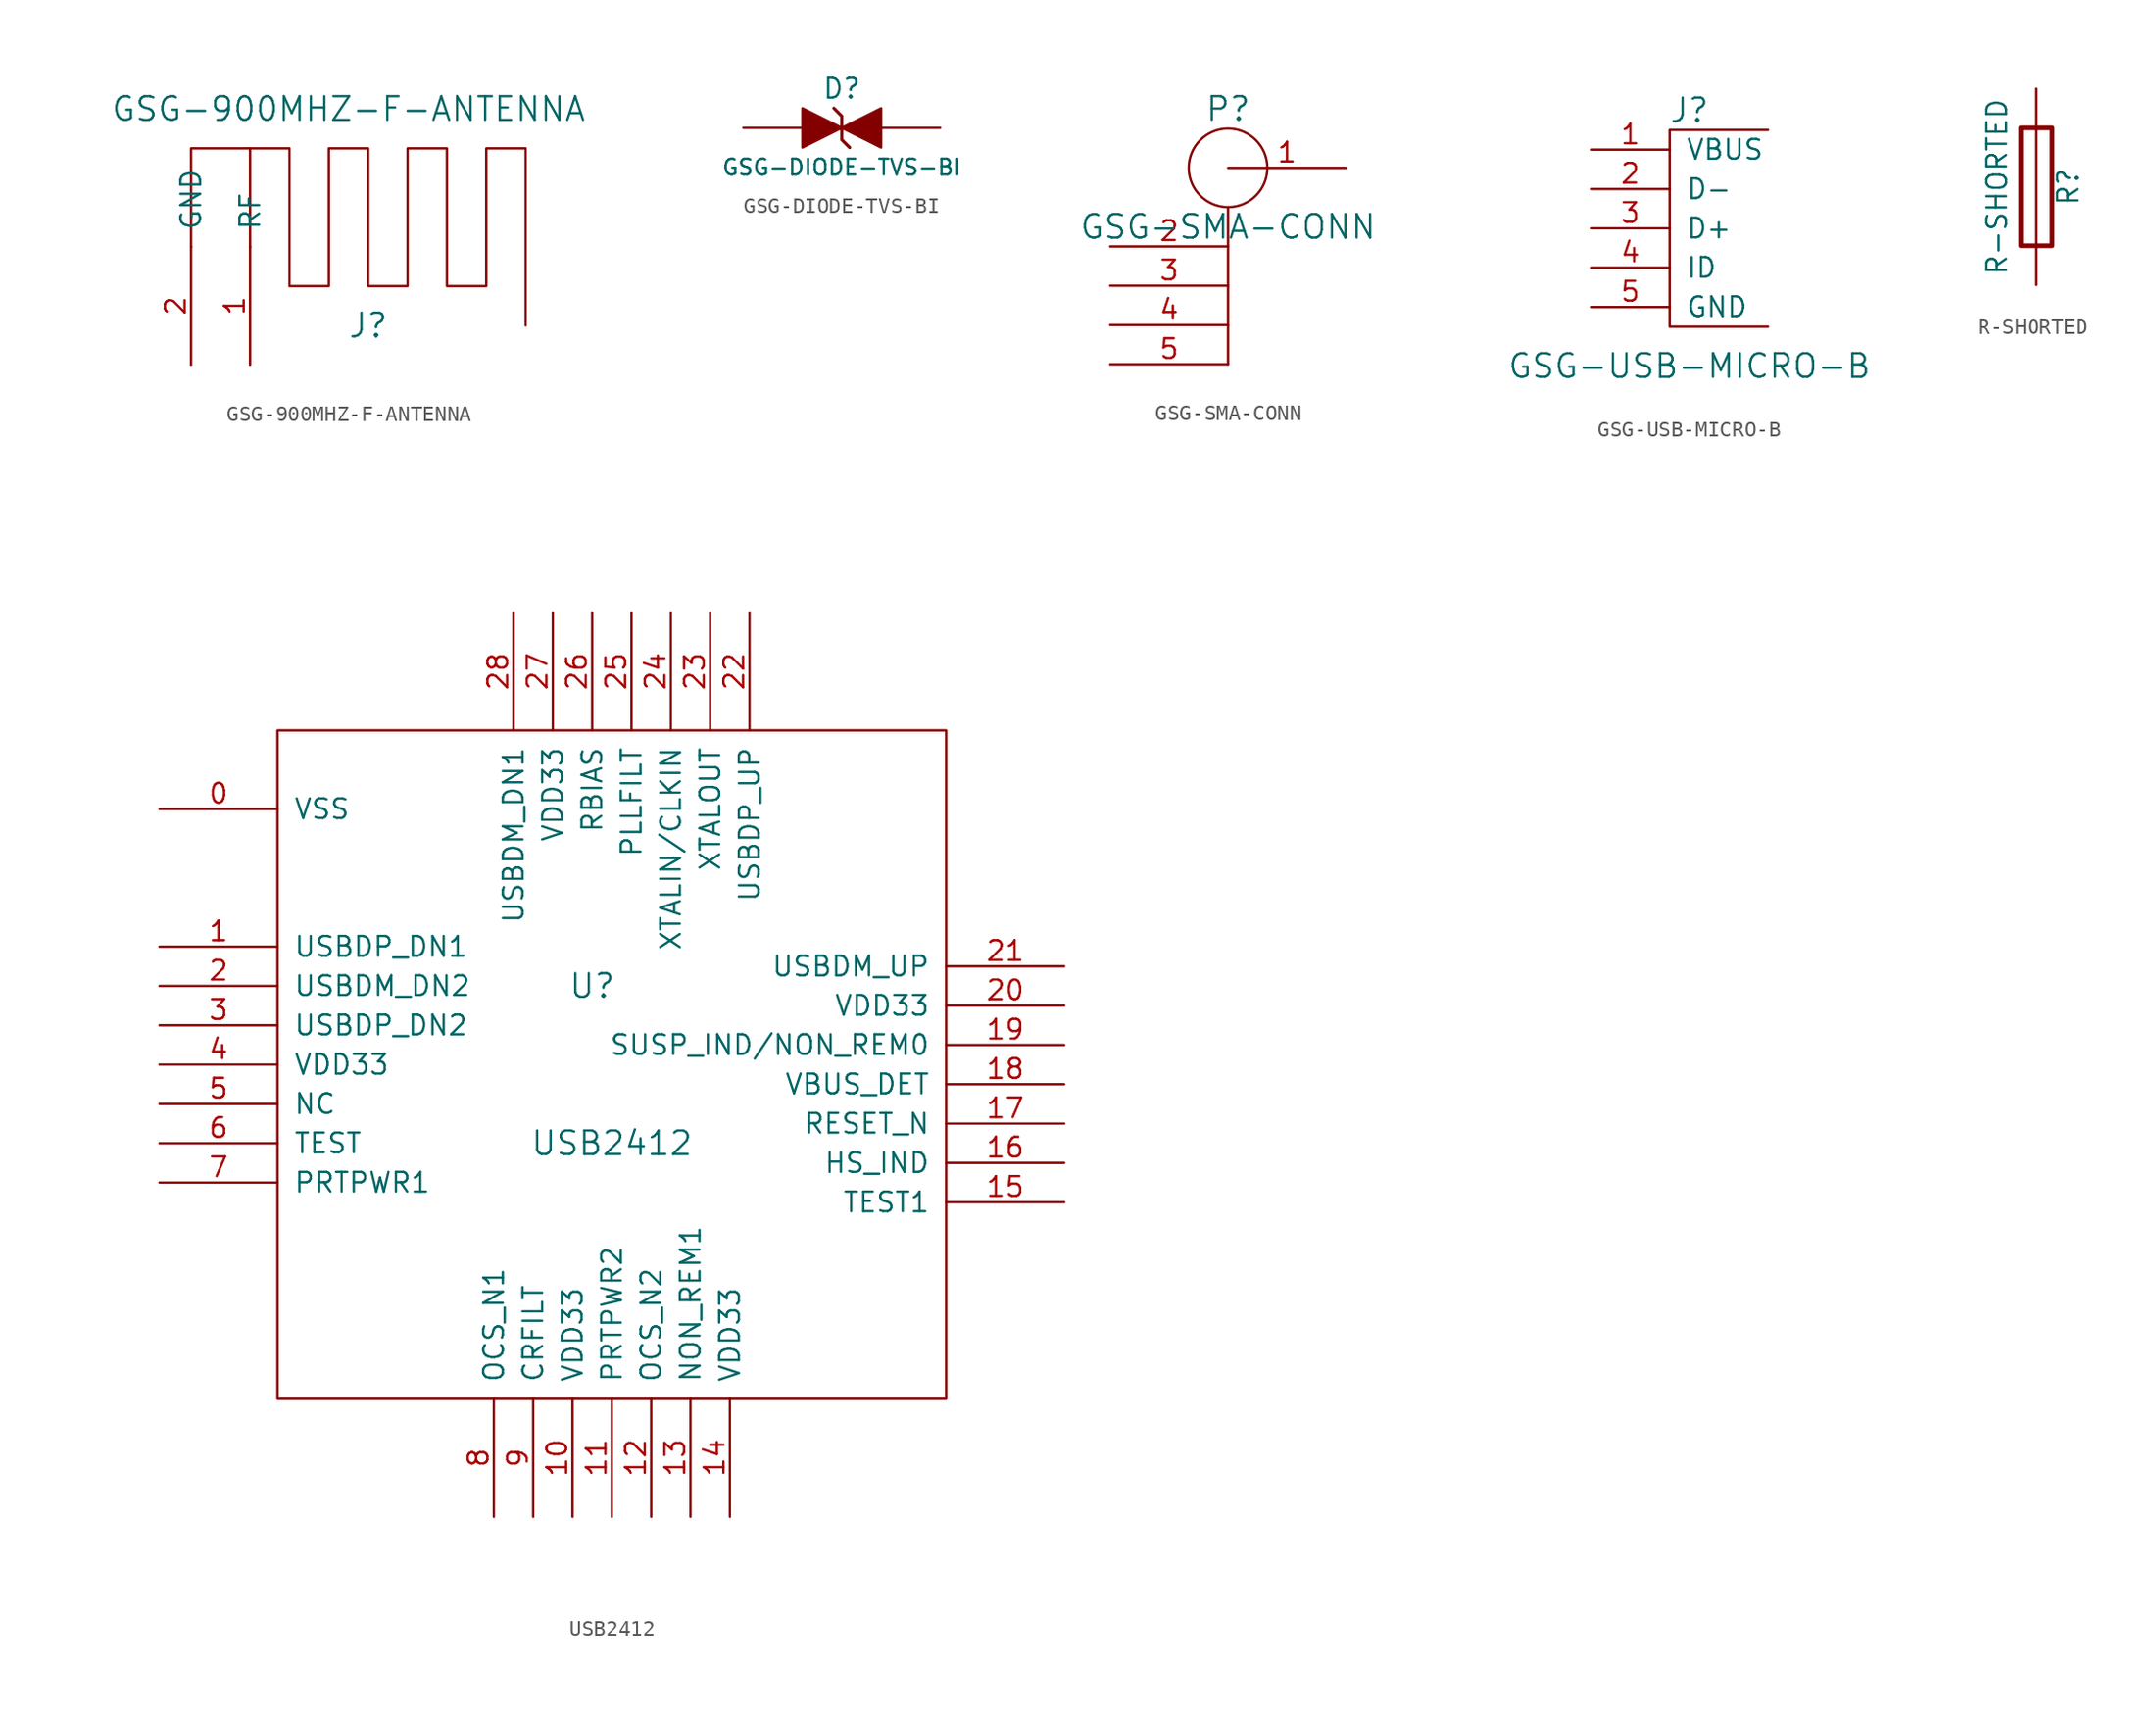
<source format=kicad_sym>
(kicad_symbol_lib
  (version 20211014)
  (generator kicad_symbol_editor)
  (symbol "GSG-900MHZ-F-ANTENNA"
    (pin_names
      (offset 1.016))
    (property "Reference" "J"
      (at 7.62 2.54 0)
      (effects (font (size 1.524 1.524))))
    (property "Value" "GSG-900MHZ-F-ANTENNA"
      (at 6.35 16.51 0)
      (effects (font (size 1.524 1.524))))
    (symbol "GSG-900MHZ-F-ANTENNA_0_1"
      (polyline (pts (xy -3.81 7.62) (xy -3.81 13.97) (xy 0 13.97) (xy 0 7.62)) (stroke (width 0) (type default) (color 0 0 0 0)) (fill (type none)))
      (polyline (pts (xy 0 13.97) (xy 2.54 13.97) (xy 2.54 5.08) (xy 5.08 5.08) (xy 5.08 13.97) (xy 7.62 13.97) (xy 7.62 5.08) (xy 10.16 5.08) (xy 10.16 13.97) (xy 12.7 13.97) (xy 12.7 5.08) (xy 15.24 5.08) (xy 15.24 13.97) (xy 17.78 13.97) (xy 17.78 2.54)) (stroke (width 0) (type default) (color 0 0 0 0)) (fill (type none))))
    (symbol "GSG-900MHZ-F-ANTENNA_1_1"
      (pin bidirectional line (at 0 0 90) (length 7.62) (name "RF" (effects (font (size 1.27 1.27)))) (number "1" (effects (font (size 1.27 1.27)))))
      (pin power_in line (at -3.81 0 90) (length 7.62) (name "GND" (effects (font (size 1.27 1.27)))) (number "2" (effects (font (size 1.27 1.27)))))))
  (symbol "GSG-DIODE-TVS-BI"
    (pin_numbers hide)
    (pin_names
      (offset 1.016) hide)
    (property "Reference" "D"
      (at 0 2.54 0)
      (effects (font (size 1.27 1.27))))
    (property "Value" "GSG-DIODE-TVS-BI"
      (at 0 -2.54 0)
      (effects (font (size 1.016 1.016))))
    (symbol "GSG-DIODE-TVS-BI_0_1"
      (polyline (pts (xy -0.508 1.27) (xy 0 0.762) (xy 0 -0.762) (xy 0.508 -1.27) (xy 0.508 -1.27)) (stroke (width 0.203) (type default) (color 0 0 0 0)) (fill (type none)))
      (polyline (pts (xy 0 0) (xy -2.54 1.27) (xy -2.54 -1.27) (xy 0 0) (xy 0 0)) (stroke (width 0) (type default) (color 0 0 0 0)) (fill (type outline)))
      (polyline (pts (xy 0 0) (xy 2.54 1.27) (xy 2.54 -1.27) (xy 0 0) (xy 0 0)) (stroke (width 0) (type default) (color 0 0 0 0)) (fill (type outline))))
    (symbol "GSG-DIODE-TVS-BI_1_1"
      (pin passive line (at -6.35 0 0) (length 3.81) (name "A" (effects (font (size 1.016 1.016)))) (number "1" (effects (font (size 1.016 1.016)))))
      (pin passive line (at 6.35 0 180) (length 3.81) (name "K" (effects (font (size 1.016 1.016)))) (number "2" (effects (font (size 1.016 1.016)))))))
  (symbol "GSG-SMA-CONN"
    (pin_names
      (offset 0) hide)
    (property "Reference" "P"
      (at 0 3.81 0)
      (effects (font (size 1.524 1.524))))
    (property "Value" "GSG-SMA-CONN"
      (at 0 -3.81 0)
      (effects (font (size 1.524 1.524))))
    (symbol "GSG-SMA-CONN_0_1"
      (polyline (pts (xy 0 -2.54) (xy 0 -12.7) (xy 0 -12.7)) (stroke (width 0) (type default) (color 0 0 0 0)) (fill (type none)))
      (circle (center 0 0) (radius 2.54) (stroke (width 0) (type default) (color 0 0 0 0)) (fill (type none))))
    (symbol "GSG-SMA-CONN_1_1"
      (pin bidirectional line (at 7.62 0 180) (length 7.62) (name "RF" (effects (font (size 1.27 1.27)))) (number "1" (effects (font (size 1.27 1.27)))))
      (pin power_in line (at -7.62 -5.08 0) (length 7.62) (name "GND" (effects (font (size 1.27 1.27)))) (number "2" (effects (font (size 1.27 1.27)))))
      (pin power_in line (at -7.62 -7.62 0) (length 7.62) (name "GND" (effects (font (size 1.27 1.27)))) (number "3" (effects (font (size 1.27 1.27)))))
      (pin power_in line (at -7.62 -10.16 0) (length 7.62) (name "GND" (effects (font (size 1.27 1.27)))) (number "4" (effects (font (size 1.27 1.27)))))
      (pin power_in line (at -7.62 -12.7 0) (length 7.62) (name "GND" (effects (font (size 1.27 1.27)))) (number "5" (effects (font (size 1.27 1.27)))))))
  (symbol "GSG-USB-MICRO-B"
    (pin_names
      (offset 1.016))
    (property "Reference" "J"
      (at 0 7.62 0)
      (effects (font (size 1.524 1.524))))
    (property "Value" "GSG-USB-MICRO-B"
      (at 0 -8.89 0)
      (effects (font (size 1.524 1.524))))
    (symbol "GSG-USB-MICRO-B_0_1"
      (polyline (pts (xy 5.08 6.35) (xy -1.27 6.35) (xy -1.27 -6.35) (xy 5.08 -6.35) (xy 5.08 -6.35)) (stroke (width 0) (type default) (color 0 0 0 0)) (fill (type none))))
    (symbol "GSG-USB-MICRO-B_1_1"
      (pin power_out line (at -6.35 5.08 0) (length 5.08) (name "VBUS" (effects (font (size 1.27 1.27)))) (number "1" (effects (font (size 1.27 1.27)))))
      (pin bidirectional line (at -6.35 2.54 0) (length 5.08) (name "D-" (effects (font (size 1.27 1.27)))) (number "2" (effects (font (size 1.27 1.27)))))
      (pin bidirectional line (at -6.35 0 0) (length 5.08) (name "D+" (effects (font (size 1.27 1.27)))) (number "3" (effects (font (size 1.27 1.27)))))
      (pin input line (at -6.35 -2.54 0) (length 5.08) (name "ID" (effects (font (size 1.27 1.27)))) (number "4" (effects (font (size 1.27 1.27)))))
      (pin power_out line (at -6.35 -5.08 0) (length 5.08) (name "GND" (effects (font (size 1.27 1.27)))) (number "5" (effects (font (size 1.27 1.27)))))))
  (symbol "R-SHORTED"
    (pin_numbers hide)
    (pin_names
      (offset 0))
    (property "Reference" "R"
      (at 2.032 0 90)
      (effects (font (size 1.27 1.27))))
    (property "Value" "R-SHORTED"
      (at -2.54 0 90)
      (effects (font (size 1.27 1.27))))
    (symbol "R-SHORTED_0_1"
      (rectangle (start -1.016 3.81) (end 1.016 -3.81) (stroke (width 0.305) (type default) (color 0 0 0 0)) (fill (type none)))
      (polyline (pts (xy 0 3.81) (xy 0 -3.81)) (stroke (width 0) (type default) (color 0 0 0 0)) (fill (type none))))
    (symbol "R-SHORTED_1_1"
      (pin passive line (at 0 6.35 270) (length 2.54) (name "~" (effects (font (size 1.524 1.524)))) (number "1" (effects (font (size 1.524 1.524)))))
      (pin passive line (at 0 -6.35 90) (length 2.54) (name "~" (effects (font (size 1.524 1.524)))) (number "2" (effects (font (size 1.524 1.524)))))))
  (symbol "USB2412"
    (pin_names
      (offset 1.016))
    (property "Reference" "U"
      (at -1.27 5.08 0)
      (effects (font (size 1.524 1.524))))
    (property "Value" "USB2412"
      (at 0 -5.08 0)
      (effects (font (size 1.524 1.524))))
    (symbol "USB2412_0_1"
      (rectangle (start 21.59 21.59) (end -21.59 -21.59) (stroke (width 0) (type default) (color 0 0 0 0)) (fill (type none))))
    (symbol "USB2412_1_1"
      (pin power_in line (at -29.21 16.51 0) (length 7.62) (name "VSS" (effects (font (size 1.27 1.27)))) (number "0" (effects (font (size 1.27 1.27)))))
      (pin input line (at -29.21 7.62 0) (length 7.62) (name "USBDP_DN1" (effects (font (size 1.27 1.27)))) (number "1" (effects (font (size 1.27 1.27)))))
      (pin input line (at -2.54 -29.21 90) (length 7.62) (name "VDD33" (effects (font (size 1.27 1.27)))) (number "10" (effects (font (size 1.27 1.27)))))
      (pin input line (at 0 -29.21 90) (length 7.62) (name "PRTPWR2" (effects (font (size 1.27 1.27)))) (number "11" (effects (font (size 1.27 1.27)))))
      (pin input line (at 2.54 -29.21 90) (length 7.62) (name "OCS_N2" (effects (font (size 1.27 1.27)))) (number "12" (effects (font (size 1.27 1.27)))))
      (pin input line (at 5.08 -29.21 90) (length 7.62) (name "NON_REM1" (effects (font (size 1.27 1.27)))) (number "13" (effects (font (size 1.27 1.27)))))
      (pin input line (at 7.62 -29.21 90) (length 7.62) (name "VDD33" (effects (font (size 1.27 1.27)))) (number "14" (effects (font (size 1.27 1.27)))))
      (pin input line (at 29.21 -8.89 180) (length 7.62) (name "TEST1" (effects (font (size 1.27 1.27)))) (number "15" (effects (font (size 1.27 1.27)))))
      (pin input line (at 29.21 -6.35 180) (length 7.62) (name "HS_IND" (effects (font (size 1.27 1.27)))) (number "16" (effects (font (size 1.27 1.27)))))
      (pin input line (at 29.21 -3.81 180) (length 7.62) (name "RESET_N" (effects (font (size 1.27 1.27)))) (number "17" (effects (font (size 1.27 1.27)))))
      (pin input line (at 29.21 -1.27 180) (length 7.62) (name "VBUS_DET" (effects (font (size 1.27 1.27)))) (number "18" (effects (font (size 1.27 1.27)))))
      (pin input line (at 29.21 1.27 180) (length 7.62) (name "SUSP_IND/NON_REM0" (effects (font (size 1.27 1.27)))) (number "19" (effects (font (size 1.27 1.27)))))
      (pin input line (at -29.21 5.08 0) (length 7.62) (name "USBDM_DN2" (effects (font (size 1.27 1.27)))) (number "2" (effects (font (size 1.27 1.27)))))
      (pin input line (at 29.21 3.81 180) (length 7.62) (name "VDD33" (effects (font (size 1.27 1.27)))) (number "20" (effects (font (size 1.27 1.27)))))
      (pin input line (at 29.21 6.35 180) (length 7.62) (name "USBDM_UP" (effects (font (size 1.27 1.27)))) (number "21" (effects (font (size 1.27 1.27)))))
      (pin input line (at 8.89 29.21 270) (length 7.62) (name "USBDP_UP" (effects (font (size 1.27 1.27)))) (number "22" (effects (font (size 1.27 1.27)))))
      (pin input line (at 6.35 29.21 270) (length 7.62) (name "XTALOUT" (effects (font (size 1.27 1.27)))) (number "23" (effects (font (size 1.27 1.27)))))
      (pin input line (at 3.81 29.21 270) (length 7.62) (name "XTALIN/CLKIN" (effects (font (size 1.27 1.27)))) (number "24" (effects (font (size 1.27 1.27)))))
      (pin input line (at 1.27 29.21 270) (length 7.62) (name "PLLFILT" (effects (font (size 1.27 1.27)))) (number "25" (effects (font (size 1.27 1.27)))))
      (pin input line (at -1.27 29.21 270) (length 7.62) (name "RBIAS" (effects (font (size 1.27 1.27)))) (number "26" (effects (font (size 1.27 1.27)))))
      (pin input line (at -3.81 29.21 270) (length 7.62) (name "VDD33" (effects (font (size 1.27 1.27)))) (number "27" (effects (font (size 1.27 1.27)))))
      (pin input line (at -6.35 29.21 270) (length 7.62) (name "USBDM_DN1" (effects (font (size 1.27 1.27)))) (number "28" (effects (font (size 1.27 1.27)))))
      (pin input line (at -29.21 2.54 0) (length 7.62) (name "USBDP_DN2" (effects (font (size 1.27 1.27)))) (number "3" (effects (font (size 1.27 1.27)))))
      (pin input line (at -29.21 0 0) (length 7.62) (name "VDD33" (effects (font (size 1.27 1.27)))) (number "4" (effects (font (size 1.27 1.27)))))
      (pin input line (at -29.21 -2.54 0) (length 7.62) (name "NC" (effects (font (size 1.27 1.27)))) (number "5" (effects (font (size 1.27 1.27)))))
      (pin input line (at -29.21 -5.08 0) (length 7.62) (name "TEST" (effects (font (size 1.27 1.27)))) (number "6" (effects (font (size 1.27 1.27)))))
      (pin input line (at -29.21 -7.62 0) (length 7.62) (name "PRTPWR1" (effects (font (size 1.27 1.27)))) (number "7" (effects (font (size 1.27 1.27)))))
      (pin input line (at -7.62 -29.21 90) (length 7.62) (name "OCS_N1" (effects (font (size 1.27 1.27)))) (number "8" (effects (font (size 1.27 1.27)))))
      (pin input line (at -5.08 -29.21 90) (length 7.62) (name "CRFILT" (effects (font (size 1.27 1.27)))) (number "9" (effects (font (size 1.27 1.27))))))))
</source>
